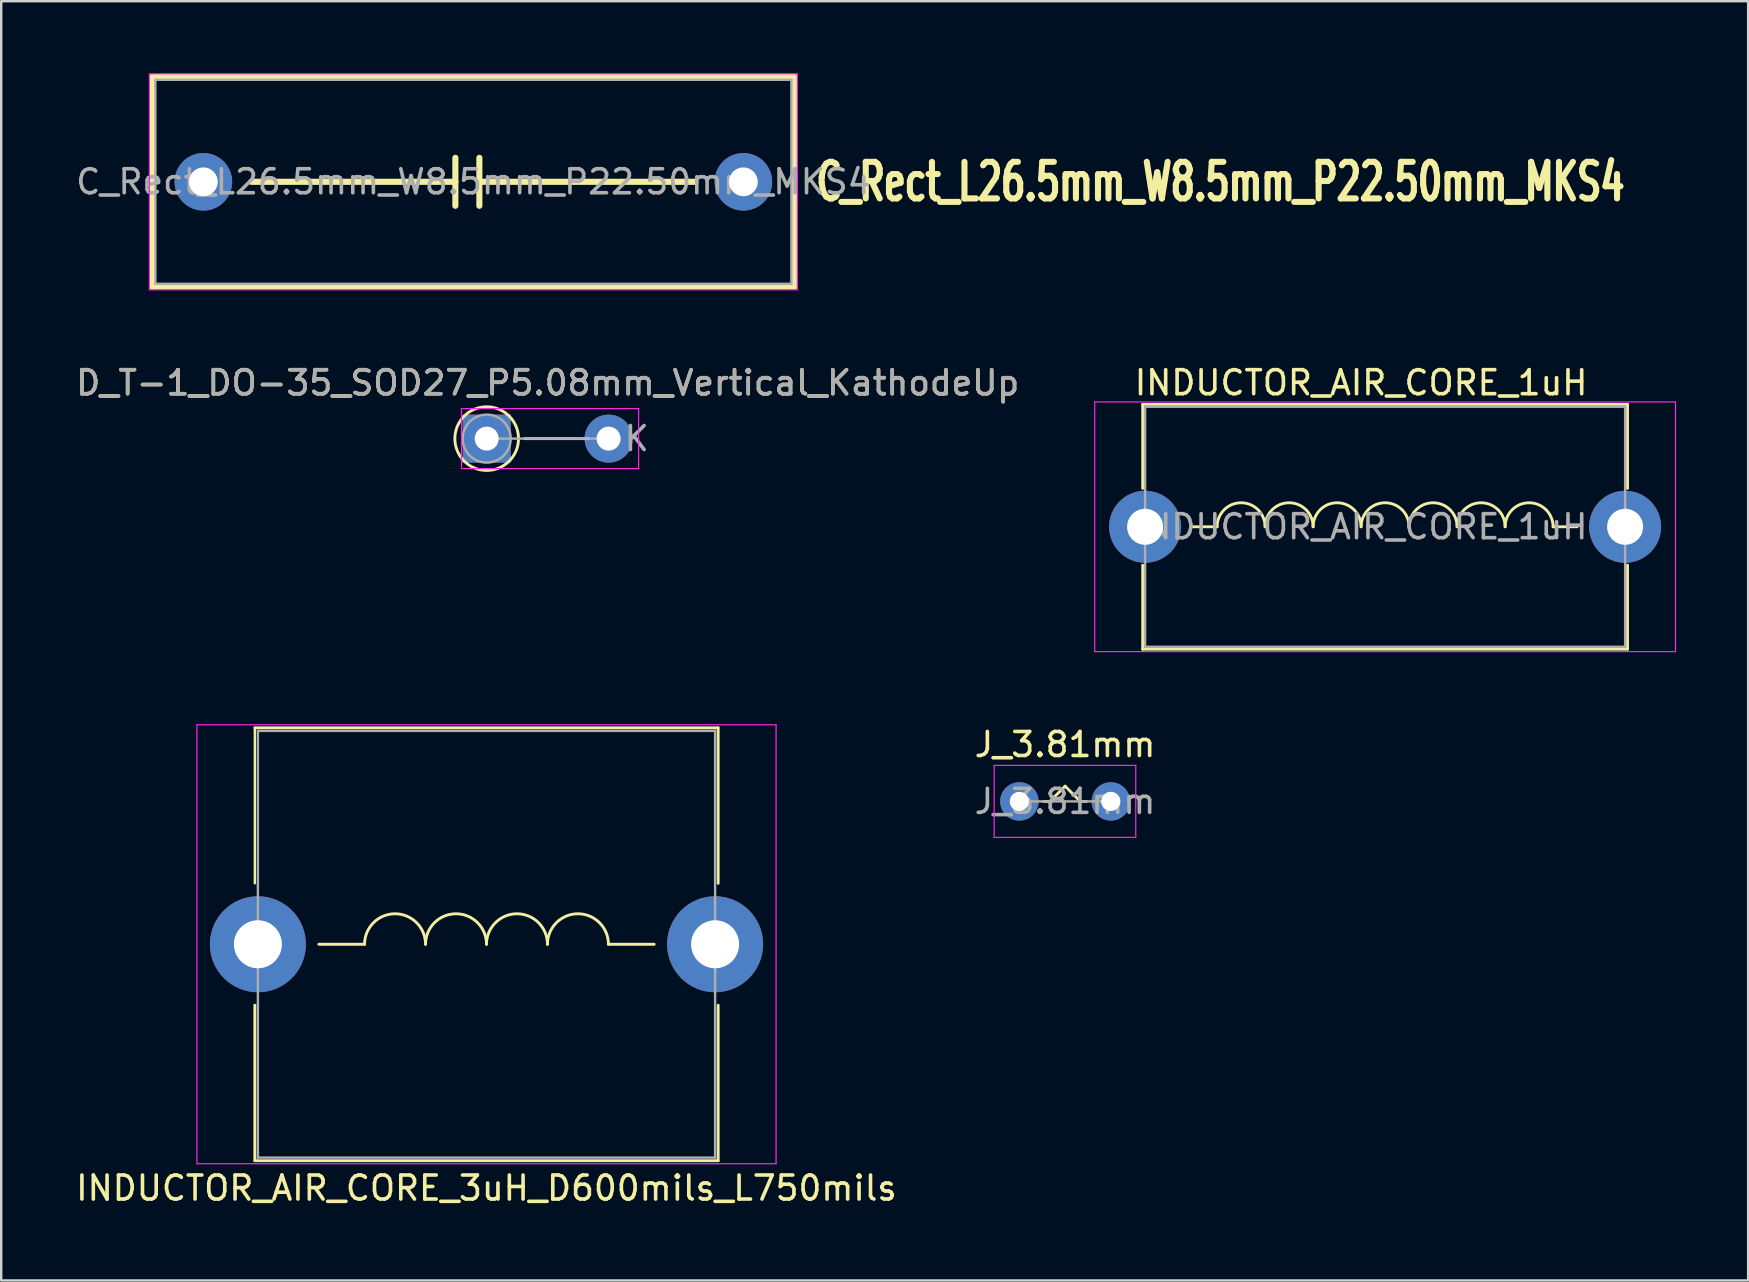
<source format=kicad_pcb>
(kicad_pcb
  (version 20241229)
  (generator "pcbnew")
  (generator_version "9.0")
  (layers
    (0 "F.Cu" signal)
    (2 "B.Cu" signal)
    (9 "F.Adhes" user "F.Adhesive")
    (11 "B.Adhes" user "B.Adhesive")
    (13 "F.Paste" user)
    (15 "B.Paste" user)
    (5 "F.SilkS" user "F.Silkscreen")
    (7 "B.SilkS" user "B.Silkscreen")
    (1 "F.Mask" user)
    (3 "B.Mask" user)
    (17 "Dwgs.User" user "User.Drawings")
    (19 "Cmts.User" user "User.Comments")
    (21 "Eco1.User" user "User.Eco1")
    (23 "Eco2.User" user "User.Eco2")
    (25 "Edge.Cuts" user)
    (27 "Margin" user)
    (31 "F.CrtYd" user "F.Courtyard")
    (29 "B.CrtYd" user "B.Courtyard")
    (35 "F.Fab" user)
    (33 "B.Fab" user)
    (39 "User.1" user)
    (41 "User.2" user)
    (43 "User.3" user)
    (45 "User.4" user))
  (footprint "C_Rect_L26.5mm_W8.5mm_P22.50mm_MKS4"
    (layer "F.Cu")
    (at 5.423 4.525)
    (property "Reference" "C_Rect_L26.5mm_W8.5mm_P22.50mm_MKS4" (at 25.4 0 0) (layer "F.SilkS") (effects (font (size 1.524 1.016) (thickness 0.254)) (justify left)))
    (attr through_hole)
    (fp_line (start -2.12 -4.37) (end -2.12 4.37) (stroke (width 0.254) (type solid)) (layer "F.SilkS"))
    (fp_line (start -2.12 -4.37) (end 24.62 -4.37) (stroke (width 0.254) (type solid)) (layer "F.SilkS"))
    (fp_line (start -2.12 4.37) (end 24.62 4.37) (stroke (width 0.254) (type solid)) (layer "F.SilkS"))
    (fp_line (start 10.5 0) (end 2 0) (stroke (width 0.254) (type solid)) (layer "F.SilkS"))
    (fp_line (start 10.5 1) (end 10.5 -1) (stroke (width 0.254) (type solid)) (layer "F.SilkS"))
    (fp_line (start 11.5 -1) (end 11.5 1) (stroke (width 0.254) (type solid)) (layer "F.SilkS"))
    (fp_line (start 11.5 0) (end 20.5 0) (stroke (width 0.254) (type solid)) (layer "F.SilkS"))
    (fp_line (start 24.62 -4.37) (end 24.62 4.37) (stroke (width 0.254) (type solid)) (layer "F.SilkS"))
    (fp_line (start -2.25 -4.5) (end -2.25 4.5) (stroke (width 0.05) (type solid)) (layer "F.CrtYd"))
    (fp_line (start -2.25 4.5) (end 24.75 4.5) (stroke (width 0.05) (type solid)) (layer "F.CrtYd"))
    (fp_line (start 24.75 -4.5) (end -2.25 -4.5) (stroke (width 0.05) (type solid)) (layer "F.CrtYd"))
    (fp_line (start 24.75 4.5) (end 24.75 -4.5) (stroke (width 0.05) (type solid)) (layer "F.CrtYd"))
    (fp_line (start -2 -4.25) (end -2 4.25) (stroke (width 0.1) (type solid)) (layer "F.Fab"))
    (fp_line (start -2 4.25) (end 24.5 4.25) (stroke (width 0.1) (type solid)) (layer "F.Fab"))
    (fp_line (start 24.5 -4.25) (end -2 -4.25) (stroke (width 0.1) (type solid)) (layer "F.Fab"))
    (fp_line (start 24.5 4.25) (end 24.5 -4.25) (stroke (width 0.1) (type solid)) (layer "F.Fab"))
    (fp_text user "${REFERENCE}" (at 11.25 0 0) (layer "F.Fab") (effects (font (size 1 1) (thickness 0.15))))
    (pad "1" thru_hole circle (at 0 0) (size 2.4 2.4) (drill 1.2) (layers "*.Cu" "*.Mask"))
    (pad "2" thru_hole circle (at 22.5 0) (size 2.4 2.4) (drill 1.2) (layers "*.Cu" "*.Mask")))
  (footprint "INDUCTOR_AIR_CORE_3uH_D600mils_L750mils"
    (layer "F.Cu")
    (at 17.22 36.293)
    (property "Reference" "INDUCTOR_AIR_CORE_3uH_D600mils_L750mils" (at 0 10.16 0) (layer "F.SilkS") (effects (font (size 1 1) (thickness 0.15))))
    (attr through_hole)
    (fp_line (start -9.652 -9.017) (end 9.652 -9.017) (stroke (width 0.12) (type solid)) (layer "F.SilkS"))
    (fp_line (start -9.652 -2.54) (end -9.652 -9.017) (stroke (width 0.1) (type solid)) (layer "F.SilkS"))
    (fp_line (start -9.652 2.54) (end -9.652 9.017) (stroke (width 0.12) (type solid)) (layer "F.SilkS"))
    (fp_line (start -5.08 0) (end -6.985 0) (stroke (width 0.12) (type solid)) (layer "F.SilkS"))
    (fp_line (start 5.08 0) (end 6.985 0) (stroke (width 0.12) (type solid)) (layer "F.SilkS"))
    (fp_line (start 9.652 -9.017) (end 9.652 -2.54) (stroke (width 0.12) (type solid)) (layer "F.SilkS"))
    (fp_line (start 9.652 2.54) (end 9.652 9.017) (stroke (width 0.12) (type solid)) (layer "F.SilkS"))
    (fp_line (start 9.652 9.017) (end -9.652 9.017) (stroke (width 0.12) (type solid)) (layer "F.SilkS"))
    (fp_arc (start -5.08 0) (mid -3.81 -1.27) (end -2.54 0) (stroke (width 0.12) (type solid)) (layer "F.SilkS"))
    (fp_arc (start -2.54 0) (mid -1.27 -1.27) (end 0 0) (stroke (width 0.12) (type solid)) (layer "F.SilkS"))
    (fp_arc (start 0 0) (mid 1.27 -1.27) (end 2.54 0) (stroke (width 0.12) (type solid)) (layer "F.SilkS"))
    (fp_arc (start 2.54 0) (mid 3.81 -1.27) (end 5.08 0) (stroke (width 0.12) (type solid)) (layer "F.SilkS"))
    (fp_line (start -12.065 -9.144) (end -12.065 9.144) (stroke (width 0.051) (type solid)) (layer "F.CrtYd"))
    (fp_line (start -12.065 9.144) (end 12.065 9.144) (stroke (width 0.051) (type solid)) (layer "F.CrtYd"))
    (fp_line (start 12.065 -9.144) (end -12.065 -9.144) (stroke (width 0.051) (type solid)) (layer "F.CrtYd"))
    (fp_line (start 12.065 9.144) (end 12.065 -9.144) (stroke (width 0.051) (type solid)) (layer "F.CrtYd"))
    (fp_line (start -9.525 -8.89) (end -9.525 8.89) (stroke (width 0.1) (type solid)) (layer "F.Fab"))
    (fp_line (start -9.525 8.89) (end 9.525 8.89) (stroke (width 0.1) (type solid)) (layer "F.Fab"))
    (fp_line (start 9.525 -8.89) (end -9.525 -8.89) (stroke (width 0.1) (type solid)) (layer "F.Fab"))
    (fp_line (start 9.525 8.89) (end 9.525 -8.89) (stroke (width 0.1) (type solid)) (layer "F.Fab"))
    (pad "1" thru_hole circle (at -9.525 0) (size 4 4) (drill 2) (layers "*.Cu" "*.Mask"))
    (pad "2" thru_hole circle (at 9.525 0) (size 4 4) (drill 2) (layers "*.Cu" "*.Mask")))
  (footprint "J_3.81mm"
    (layer "F.Cu")
    (at 39.422 30.341)
    (property "Reference" "J_3.81mm" (at 1.905 -2.37 0) (layer "F.SilkS") (effects (font (size 1 1) (thickness 0.15))))
    (attr through_hole)
    (fp_line (start 1.27 0) (end 1.016 0) (stroke (width 0.12) (type solid)) (layer "F.SilkS"))
    (fp_line (start 1.905 -0.635) (end 1.27 0) (stroke (width 0.12) (type solid)) (layer "F.SilkS"))
    (fp_line (start 1.905 -0.635) (end 2.54 0) (stroke (width 0.12) (type solid)) (layer "F.SilkS"))
    (fp_line (start 2.794 0) (end 2.54 0) (stroke (width 0.12) (type solid)) (layer "F.SilkS"))
    (fp_line (start -1.05 -1.5) (end -1.05 1.5) (stroke (width 0.05) (type solid)) (layer "F.CrtYd"))
    (fp_line (start -1.05 1.5) (end 4.85 1.5) (stroke (width 0.05) (type solid)) (layer "F.CrtYd"))
    (fp_line (start 4.85 -1.5) (end -1.05 -1.5) (stroke (width 0.05) (type solid)) (layer "F.CrtYd"))
    (fp_line (start 4.85 1.5) (end 4.85 -1.5) (stroke (width 0.05) (type solid)) (layer "F.CrtYd"))
    (fp_line (start 0 0) (end 3.81 0) (stroke (width 0.1) (type solid)) (layer "F.Fab"))
    (fp_text user "${REFERENCE}" (at 1.905 0 0) (layer "F.Fab") (effects (font (size 1 1) (thickness 0.15))))
    (pad "1" thru_hole circle (at 0 0) (size 1.6 1.6) (drill 0.8) (layers "*.Cu" "*.Mask"))
    (pad "2" thru_hole oval (at 3.81 0) (size 1.6 1.6) (drill 0.8) (layers "*.Cu" "*.Mask")))
  (footprint "INDUCTOR_AIR_CORE_1uH"
    (layer "F.Cu")
    (at 44.661 18.898)
    (property "Reference" "INDUCTOR_AIR_CORE_1uH" (at 9 -6 0) (layer "F.SilkS") (effects (font (size 1 1) (thickness 0.15))))
    (attr through_hole)
    (fp_line (start -0.1 -5.1) (end -0.1 -1.6) (stroke (width 0.12) (type solid)) (layer "F.SilkS"))
    (fp_line (start -0.1 -5.1) (end 20.1 -5.1) (stroke (width 0.12) (type solid)) (layer "F.SilkS"))
    (fp_line (start -0.1 5.1) (end -0.1 1.6) (stroke (width 0.12) (type solid)) (layer "F.SilkS"))
    (fp_line (start 3 0) (end 2 0) (stroke (width 0.12) (type solid)) (layer "F.SilkS"))
    (fp_line (start 17 0) (end 18 0) (stroke (width 0.12) (type solid)) (layer "F.SilkS"))
    (fp_line (start 20.1 -5.1) (end 20.1 -1.6) (stroke (width 0.12) (type solid)) (layer "F.SilkS"))
    (fp_line (start 20.1 1.6) (end 20.1 5.1) (stroke (width 0.12) (type solid)) (layer "F.SilkS"))
    (fp_line (start 20.1 5.1) (end -0.1 5.1) (stroke (width 0.12) (type solid)) (layer "F.SilkS"))
    (fp_arc (start 3 0) (mid 4 -1) (end 5 0) (stroke (width 0.12) (type solid)) (layer "F.SilkS"))
    (fp_arc (start 5 0) (mid 6 -1) (end 7 0) (stroke (width 0.12) (type solid)) (layer "F.SilkS"))
    (fp_arc (start 7 0) (mid 8 -1) (end 9 0) (stroke (width 0.12) (type solid)) (layer "F.SilkS"))
    (fp_arc (start 9 0) (mid 10 -1) (end 11 0) (stroke (width 0.12) (type solid)) (layer "F.SilkS"))
    (fp_arc (start 11 0) (mid 12 -1) (end 13 0) (stroke (width 0.12) (type solid)) (layer "F.SilkS"))
    (fp_arc (start 13 0) (mid 14 -1) (end 15 0) (stroke (width 0.12) (type solid)) (layer "F.SilkS"))
    (fp_arc (start 15 0) (mid 16 -1) (end 17 0) (stroke (width 0.12) (type solid)) (layer "F.SilkS"))
    (fp_line (start -2.1 -5.2) (end 22.1 -5.2) (stroke (width 0.05) (type solid)) (layer "F.CrtYd"))
    (fp_line (start -2.1 5.2) (end -2.1 -5.2) (stroke (width 0.05) (type solid)) (layer "F.CrtYd"))
    (fp_line (start 22.1 -5.2) (end 22.1 5.2) (stroke (width 0.05) (type solid)) (layer "F.CrtYd"))
    (fp_line (start 22.1 5.2) (end -2.1 5.2) (stroke (width 0.05) (type solid)) (layer "F.CrtYd"))
    (fp_line (start 0 -5) (end 0 5) (stroke (width 0.1) (type solid)) (layer "F.Fab"))
    (fp_line (start 0 5) (end 20 5) (stroke (width 0.1) (type solid)) (layer "F.Fab"))
    (fp_line (start 20 -5) (end 0 -5) (stroke (width 0.1) (type solid)) (layer "F.Fab"))
    (fp_line (start 20 5) (end 20 -5) (stroke (width 0.1) (type solid)) (layer "F.Fab"))
    (fp_text user "${REFERENCE}" (at 9 0 0) (unlocked yes) (layer "F.Fab") (effects (font (size 1 1) (thickness 0.15))))
    (pad "1" thru_hole circle (at 0 0) (size 3 3) (drill 1.5) (layers "*.Cu" "*.Mask"))
    (pad "2" thru_hole circle (at 20 0) (size 3 3) (drill 1.5) (layers "*.Cu" "*.Mask")))
  (footprint "D_T-1_DO-35_SOD27_P5.08mm_Vertical_KathodeUp"
    (layer "F.Cu")
    (at 17.228 15.225)
    (property "Reference" "D_T-1_DO-35_SOD27_P5.08mm_Vertical_KathodeUp" (at 2.54 -2.326 0) (layer "F.SilkS") (effects (font (size 1 1) (thickness 0.15))))
    (attr through_hole)
    (fp_line (start 1.576 0) (end 4.23 0) (stroke (width 0.12) (type solid)) (layer "F.SilkS"))
    (fp_circle (center 0 0) (end -1.326 0) (stroke (width 0.12) (type solid)) (fill no) (layer "F.SilkS"))
    (fp_line (start -1.05 -1.25) (end -1.05 1.25) (stroke (width 0.05) (type solid)) (layer "F.CrtYd"))
    (fp_line (start -1.05 1.25) (end 6.33 1.25) (stroke (width 0.05) (type solid)) (layer "F.CrtYd"))
    (fp_line (start 6.33 -1.25) (end -1.05 -1.25) (stroke (width 0.05) (type solid)) (layer "F.CrtYd"))
    (fp_line (start 6.33 1.25) (end 6.33 -1.25) (stroke (width 0.05) (type solid)) (layer "F.CrtYd"))
    (fp_line (start 5.08 0) (end 0 0) (stroke (width 0.1) (type solid)) (layer "F.Fab"))
    (fp_circle (center 0 0) (end -1 0) (stroke (width 0.1) (type solid)) (fill no) (layer "F.Fab"))
    (fp_text user "K" (at 6.25 0 180) (layer "F.Fab") (effects (font (size 1 1) (thickness 0.15))))
    (fp_text user "${REFERENCE}" (at 2.54 -2.326 0) (layer "F.Fab") (effects (font (size 1 1) (thickness 0.15))))
    (pad "1" thru_hole rect (at 0 0 180) (size 2 2) (drill 1) (layers "*.Cu" "*.Mask"))
    (pad "2" thru_hole oval (at 5.08 0 180) (size 2 2) (drill 1) (layers "*.Cu" "*.Mask")))
  (gr_rect
    (start -3 -3)
    (end 69.786 50.301)
    (stroke (width 0.1) (type default))
    (fill no)
    (layer "Edge.Cuts")))
</source>
